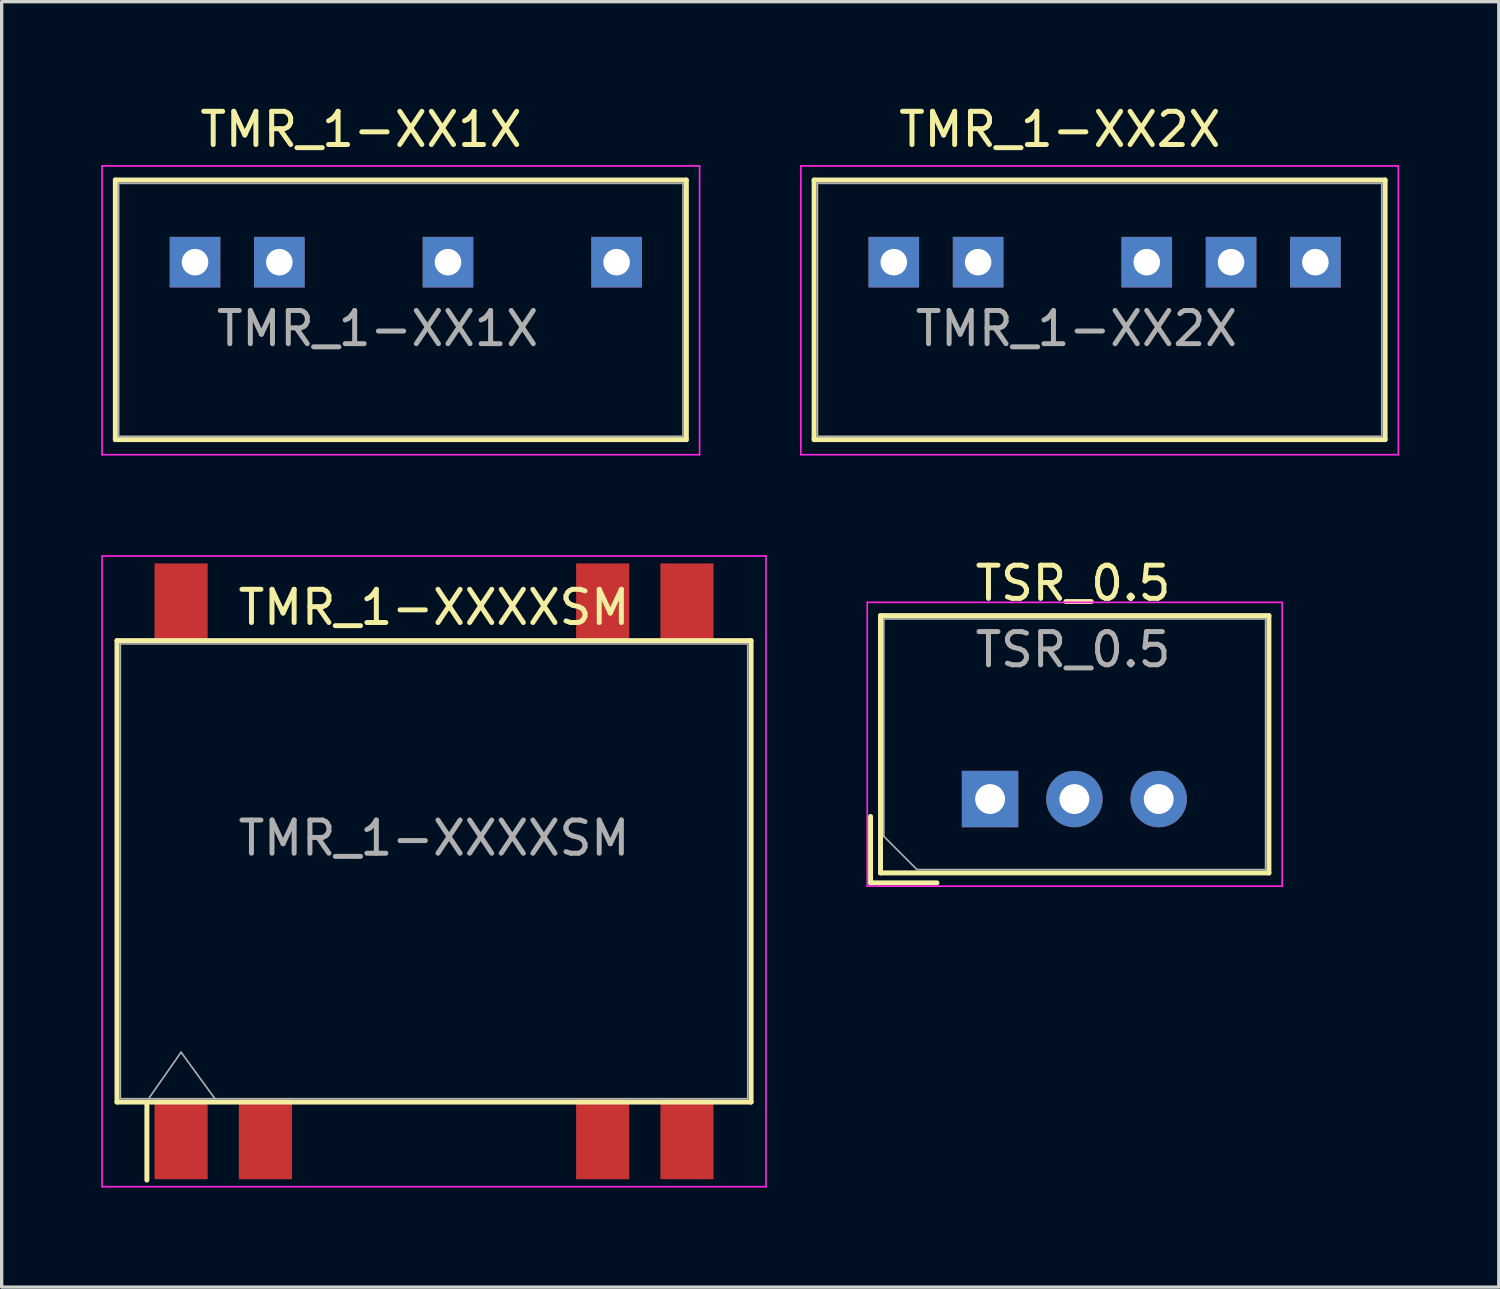
<source format=kicad_pcb>
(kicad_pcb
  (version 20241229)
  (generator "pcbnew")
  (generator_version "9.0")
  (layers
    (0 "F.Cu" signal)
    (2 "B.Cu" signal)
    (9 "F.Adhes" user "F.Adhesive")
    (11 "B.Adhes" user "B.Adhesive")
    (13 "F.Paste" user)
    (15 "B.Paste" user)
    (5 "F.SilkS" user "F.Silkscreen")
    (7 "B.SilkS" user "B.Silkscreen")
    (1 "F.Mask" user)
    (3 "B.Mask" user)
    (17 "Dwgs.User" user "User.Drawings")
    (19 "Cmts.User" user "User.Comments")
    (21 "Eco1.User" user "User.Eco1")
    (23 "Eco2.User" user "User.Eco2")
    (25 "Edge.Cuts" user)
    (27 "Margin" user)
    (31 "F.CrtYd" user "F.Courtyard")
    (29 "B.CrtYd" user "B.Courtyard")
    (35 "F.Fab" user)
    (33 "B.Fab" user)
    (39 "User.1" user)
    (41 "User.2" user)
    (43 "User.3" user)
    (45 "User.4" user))
  (footprint "TMR_1-XX1X"
    (layer "F.Cu")
    (at 2.825 4.848)
    (property "Reference" "TMR_1-XX1X" (at 5.5 2 0) (layer "F.Fab") (effects (font (size 1 1) (thickness 0.15))))
    (attr through_hole)
    (fp_line (start -2.4 -2.475) (end -2.4 5.345) (stroke (width 0.15) (type solid)) (layer "F.SilkS"))
    (fp_line (start -2.4 5.345) (end 14.8 5.345) (stroke (width 0.15) (type solid)) (layer "F.SilkS"))
    (fp_line (start 14.8 -2.475) (end -2.4 -2.475) (stroke (width 0.15) (type solid)) (layer "F.SilkS"))
    (fp_line (start 14.8 5.345) (end 14.8 -2.475) (stroke (width 0.15) (type solid)) (layer "F.SilkS"))
    (fp_line (start -2.8 -2.9) (end -2.8 5.8) (stroke (width 0.05) (type solid)) (layer "F.CrtYd"))
    (fp_line (start -2.8 5.8) (end 15.2 5.8) (stroke (width 0.05) (type solid)) (layer "F.CrtYd"))
    (fp_line (start 15.2 -2.9) (end -2.8 -2.9) (stroke (width 0.05) (type solid)) (layer "F.CrtYd"))
    (fp_line (start 15.2 5.8) (end 15.2 -2.9) (stroke (width 0.05) (type solid)) (layer "F.CrtYd"))
    (fp_line (start -2.3 -2.375) (end 14.7 -2.375) (stroke (width 0.05) (type solid)) (layer "F.Fab"))
    (fp_line (start -2.3 5.245) (end -2.3 -2.375) (stroke (width 0.05) (type solid)) (layer "F.Fab"))
    (fp_line (start 14.7 -2.375) (end 14.7 5.245) (stroke (width 0.05) (type solid)) (layer "F.Fab"))
    (fp_line (start 14.7 5.245) (end -2.3 5.245) (stroke (width 0.05) (type solid)) (layer "F.Fab"))
    (fp_text user "${REFERENCE}" (at 5 -4 0) (layer "F.SilkS") (effects (font (size 1 1) (thickness 0.15))))
    (pad "1" thru_hole rect (at 0 0) (size 1.524 1.524) (drill 0.8) (layers "*.Cu" "*.Mask"))
    (pad "2" thru_hole rect (at 2.54 0) (size 1.524 1.524) (drill 0.8) (layers "*.Cu" "*.Mask"))
    (pad "4" thru_hole rect (at 7.62 0) (size 1.524 1.524) (drill 0.8) (layers "*.Cu" "*.Mask"))
    (pad "6" thru_hole rect (at 12.7 0) (size 1.524 1.524) (drill 0.8) (layers "*.Cu" "*.Mask")))
  (footprint "TMR_1-XXXXSM"
    (layer "F.Cu")
    (at 10.025 23.198)
    (property "Reference" "TMR_1-XXXXSM" (at 0 -1 0) (layer "F.Fab") (effects (font (size 1 1) (thickness 0.15))))
    (attr through_hole)
    (fp_line (start -9.55 -6.95) (end 9.55 -6.95) (stroke (width 0.15) (type solid)) (layer "F.SilkS"))
    (fp_line (start -9.55 6.95) (end -9.55 -6.95) (stroke (width 0.15) (type solid)) (layer "F.SilkS"))
    (fp_line (start -8.65 7) (end -8.65 9.3) (stroke (width 0.15) (type solid)) (layer "F.SilkS"))
    (fp_line (start 9.55 -6.95) (end 9.55 6.95) (stroke (width 0.15) (type solid)) (layer "F.SilkS"))
    (fp_line (start 9.55 6.95) (end -9.55 6.95) (stroke (width 0.15) (type solid)) (layer "F.SilkS"))
    (fp_line (start -10 -9.5) (end 10 -9.5) (stroke (width 0.05) (type solid)) (layer "F.CrtYd"))
    (fp_line (start -10 9.5) (end -10 -9.5) (stroke (width 0.05) (type solid)) (layer "F.CrtYd"))
    (fp_line (start 10 -9.5) (end 10 9.5) (stroke (width 0.05) (type solid)) (layer "F.CrtYd"))
    (fp_line (start 10 9.5) (end -10 9.5) (stroke (width 0.05) (type solid)) (layer "F.CrtYd"))
    (fp_line (start -9.45 -6.85) (end 9.45 -6.85) (stroke (width 0.05) (type solid)) (layer "F.Fab"))
    (fp_line (start -9.45 6.85) (end -9.45 -6.85) (stroke (width 0.05) (type solid)) (layer "F.Fab"))
    (fp_line (start -7.62 5.45) (end -8.6 6.85) (stroke (width 0.05) (type solid)) (layer "F.Fab"))
    (fp_line (start -6.6 6.85) (end -7.62 5.45) (stroke (width 0.05) (type solid)) (layer "F.Fab"))
    (fp_line (start 9.45 -6.85) (end 9.45 6.85) (stroke (width 0.05) (type solid)) (layer "F.Fab"))
    (fp_line (start 9.45 6.85) (end -9.45 6.85) (stroke (width 0.05) (type solid)) (layer "F.Fab"))
    (fp_text user "${REFERENCE}" (at 0 -7.95 0) (layer "F.SilkS") (effects (font (size 1 1) (thickness 0.15))))
    (pad "1" smd rect (at -7.62 8.075) (size 1.6 2.4) (layers "F.Cu" "F.Mask" "F.Paste"))
    (pad "2" smd rect (at -5.08 8.075) (size 1.6 2.4) (layers "F.Cu" "F.Mask" "F.Paste"))
    (pad "6" smd rect (at 5.08 8.075) (size 1.6 2.4) (layers "F.Cu" "F.Mask" "F.Paste"))
    (pad "7" smd rect (at 7.62 8.075) (size 1.6 2.4) (layers "F.Cu" "F.Mask" "F.Paste"))
    (pad "8" smd rect (at 7.62 -8.075) (size 1.6 2.4) (layers "F.Cu" "F.Mask" "F.Paste"))
    (pad "9" smd rect (at 5.08 -8.075) (size 1.6 2.4) (layers "F.Cu" "F.Mask" "F.Paste"))
    (pad "14" smd rect (at -7.62 -8.075) (size 1.6 2.4) (layers "F.Cu" "F.Mask" "F.Paste")))
  (footprint "TMR_1-XX2X"
    (layer "F.Cu")
    (at 23.875 4.848)
    (property "Reference" "TMR_1-XX2X" (at 5.5 2 0) (layer "F.Fab") (effects (font (size 1 1) (thickness 0.15))))
    (attr through_hole)
    (fp_line (start -2.4 -2.475) (end -2.4 5.345) (stroke (width 0.15) (type solid)) (layer "F.SilkS"))
    (fp_line (start -2.4 5.345) (end 14.8 5.345) (stroke (width 0.15) (type solid)) (layer "F.SilkS"))
    (fp_line (start 14.8 -2.475) (end -2.4 -2.475) (stroke (width 0.15) (type solid)) (layer "F.SilkS"))
    (fp_line (start 14.8 5.345) (end 14.8 -2.475) (stroke (width 0.15) (type solid)) (layer "F.SilkS"))
    (fp_line (start -2.8 -2.9) (end -2.8 5.8) (stroke (width 0.05) (type solid)) (layer "F.CrtYd"))
    (fp_line (start -2.8 5.8) (end 15.2 5.8) (stroke (width 0.05) (type solid)) (layer "F.CrtYd"))
    (fp_line (start 15.2 -2.9) (end -2.8 -2.9) (stroke (width 0.05) (type solid)) (layer "F.CrtYd"))
    (fp_line (start 15.2 5.8) (end 15.2 -2.9) (stroke (width 0.05) (type solid)) (layer "F.CrtYd"))
    (fp_line (start -2.3 -2.375) (end 14.7 -2.375) (stroke (width 0.05) (type solid)) (layer "F.Fab"))
    (fp_line (start -2.3 5.245) (end -2.3 -2.375) (stroke (width 0.05) (type solid)) (layer "F.Fab"))
    (fp_line (start 14.7 -2.375) (end 14.7 5.245) (stroke (width 0.05) (type solid)) (layer "F.Fab"))
    (fp_line (start 14.7 5.245) (end -2.3 5.245) (stroke (width 0.05) (type solid)) (layer "F.Fab"))
    (fp_text user "${REFERENCE}" (at 5 -4 0) (layer "F.SilkS") (effects (font (size 1 1) (thickness 0.15))))
    (pad "1" thru_hole rect (at 0 0) (size 1.524 1.524) (drill 0.8) (layers "*.Cu" "*.Mask"))
    (pad "2" thru_hole rect (at 2.54 0) (size 1.524 1.524) (drill 0.8) (layers "*.Cu" "*.Mask"))
    (pad "4" thru_hole rect (at 7.62 0) (size 1.524 1.524) (drill 0.8) (layers "*.Cu" "*.Mask"))
    (pad "5" thru_hole rect (at 10.16 0) (size 1.524 1.524) (drill 0.8) (layers "*.Cu" "*.Mask"))
    (pad "6" thru_hole rect (at 12.7 0) (size 1.524 1.524) (drill 0.8) (layers "*.Cu" "*.Mask")))
  (footprint "TSR_0.5"
    (layer "F.Cu")
    (at 26.775 21.021)
    (property "Reference" "TSR_0.5" (at 2.5 -4.5 0) (layer "F.Fab") (effects (font (size 1 1) (thickness 0.15))))
    (attr through_hole)
    (fp_line (start -3.6 0.525) (end -3.6 2.525) (stroke (width 0.15) (type solid)) (layer "F.SilkS"))
    (fp_line (start -3.6 2.525) (end -1.6 2.525) (stroke (width 0.15) (type solid)) (layer "F.SilkS"))
    (fp_line (start -3.3 -5.525) (end -3.3 2.225) (stroke (width 0.15) (type solid)) (layer "F.SilkS"))
    (fp_line (start -3.3 2.225) (end 8.4 2.225) (stroke (width 0.15) (type solid)) (layer "F.SilkS"))
    (fp_line (start 8.4 -5.525) (end -3.3 -5.525) (stroke (width 0.15) (type solid)) (layer "F.SilkS"))
    (fp_line (start 8.4 2.225) (end 8.4 -5.525) (stroke (width 0.15) (type solid)) (layer "F.SilkS"))
    (fp_line (start -3.7 -5.925) (end 8.8 -5.925) (stroke (width 0.05) (type solid)) (layer "F.CrtYd"))
    (fp_line (start -3.7 2.625) (end -3.7 -5.925) (stroke (width 0.05) (type solid)) (layer "F.CrtYd"))
    (fp_line (start 8.8 -5.925) (end 8.8 2.625) (stroke (width 0.05) (type solid)) (layer "F.CrtYd"))
    (fp_line (start 8.8 2.625) (end -3.7 2.625) (stroke (width 0.05) (type solid)) (layer "F.CrtYd"))
    (fp_line (start -3.2 -5.425) (end -3.2 1.125) (stroke (width 0.05) (type solid)) (layer "F.Fab"))
    (fp_line (start -3.2 1.125) (end -2.2 2.125) (stroke (width 0.05) (type solid)) (layer "F.Fab"))
    (fp_line (start -2.2 2.125) (end 8.3 2.125) (stroke (width 0.05) (type solid)) (layer "F.Fab"))
    (fp_line (start 8.3 -5.425) (end -3.2 -5.425) (stroke (width 0.05) (type solid)) (layer "F.Fab"))
    (fp_line (start 8.3 2.125) (end 8.3 -5.425) (stroke (width 0.05) (type solid)) (layer "F.Fab"))
    (fp_text user "${REFERENCE}" (at 2.5 -6.5 0) (layer "F.SilkS") (effects (font (size 1 1) (thickness 0.15))))
    (pad "1" thru_hole rect (at 0 0) (size 1.7 1.7) (drill 0.9) (layers "*.Cu" "*.Mask"))
    (pad "2" thru_hole circle (at 2.54 0) (size 1.7 1.7) (drill 0.9) (layers "*.Cu" "*.Mask"))
    (pad "3" thru_hole circle (at 5.08 0) (size 1.7 1.7) (drill 0.9) (layers "*.Cu" "*.Mask")))
  (gr_rect
    (start -3 -3)
    (end 42.1 35.723)
    (stroke (width 0.1) (type default))
    (fill no)
    (layer "Edge.Cuts")))
</source>
